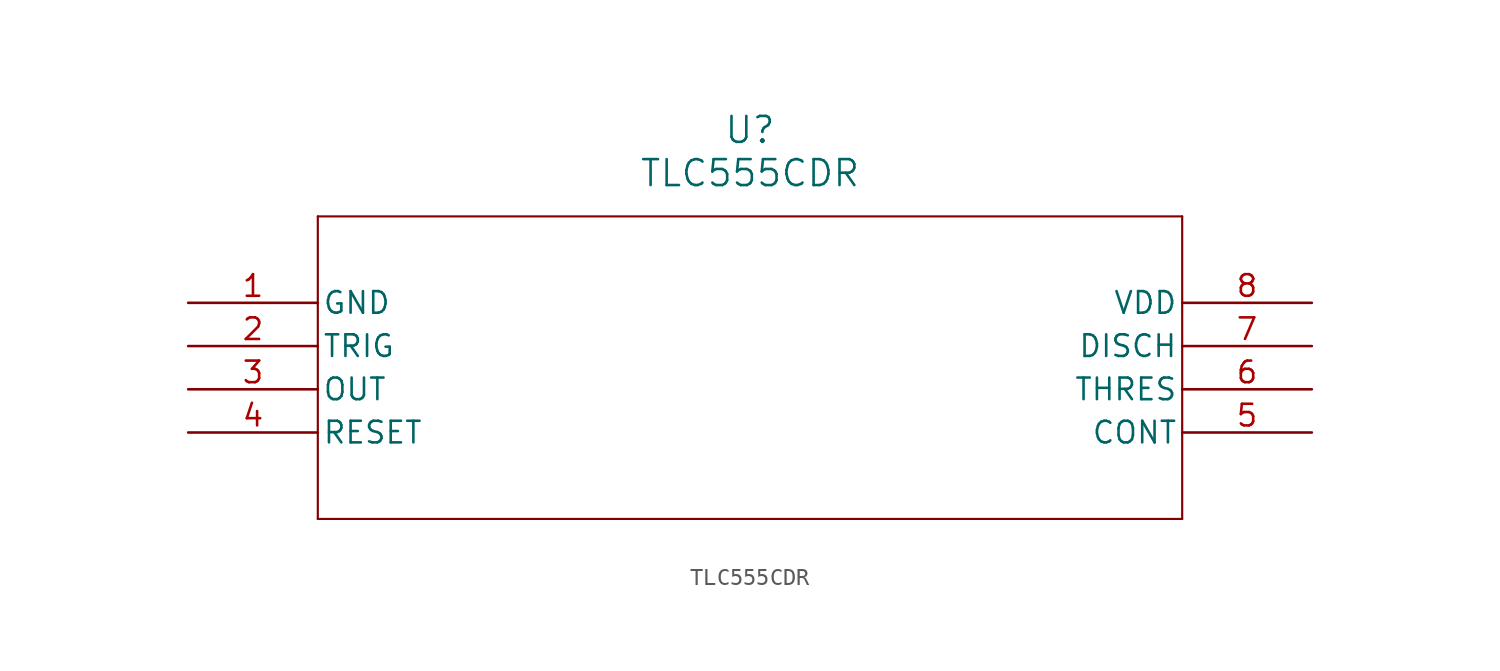
<source format=kicad_sym>
(kicad_symbol_lib
  (version 20211014)
  (generator kicad_symbol_editor)
  (symbol "TLC555CDR"
    (pin_names
      (offset 0.254))
    (property "Reference" "U"
      (at 33.02 10.16 0)
      (effects (font (size 1.524 1.524))))
    (property "Value" "TLC555CDR"
      (at 33.02 7.62 0)
      (effects (font (size 1.524 1.524))))
    (symbol "TLC555CDR_0_1"
      (polyline (pts (xy 7.62 5.08) (xy 7.62 -12.7)) (stroke (width 0.127) (type default) (color 0 0 0 0)) (fill (type none)))
      (polyline (pts (xy 7.62 -12.7) (xy 58.42 -12.7)) (stroke (width 0.127) (type default) (color 0 0 0 0)) (fill (type none)))
      (polyline (pts (xy 58.42 -12.7) (xy 58.42 5.08)) (stroke (width 0.127) (type default) (color 0 0 0 0)) (fill (type none)))
      (polyline (pts (xy 58.42 5.08) (xy 7.62 5.08)) (stroke (width 0.127) (type default) (color 0 0 0 0)) (fill (type none)))
      (pin power_in line (at 0 0 0) (length 7.62) (name "GND" (effects (font (size 1.27 1.27)))) (number "1" (effects (font (size 1.27 1.27)))))
      (pin unspecified line (at 0 -2.54 0) (length 7.62) (name "TRIG" (effects (font (size 1.27 1.27)))) (number "2" (effects (font (size 1.27 1.27)))))
      (pin output line (at 0 -5.08 0) (length 7.62) (name "OUT" (effects (font (size 1.27 1.27)))) (number "3" (effects (font (size 1.27 1.27)))))
      (pin unspecified line (at 0 -7.62 0) (length 7.62) (name "RESET" (effects (font (size 1.27 1.27)))) (number "4" (effects (font (size 1.27 1.27)))))
      (pin unspecified line (at 66.04 -7.62 180) (length 7.62) (name "CONT" (effects (font (size 1.27 1.27)))) (number "5" (effects (font (size 1.27 1.27)))))
      (pin unspecified line (at 66.04 -5.08 180) (length 7.62) (name "THRES" (effects (font (size 1.27 1.27)))) (number "6" (effects (font (size 1.27 1.27)))))
      (pin unspecified line (at 66.04 -2.54 180) (length 7.62) (name "DISCH" (effects (font (size 1.27 1.27)))) (number "7" (effects (font (size 1.27 1.27)))))
      (pin power_in line (at 66.04 0 180) (length 7.62) (name "VDD" (effects (font (size 1.27 1.27)))) (number "8" (effects (font (size 1.27 1.27))))))))
</source>
